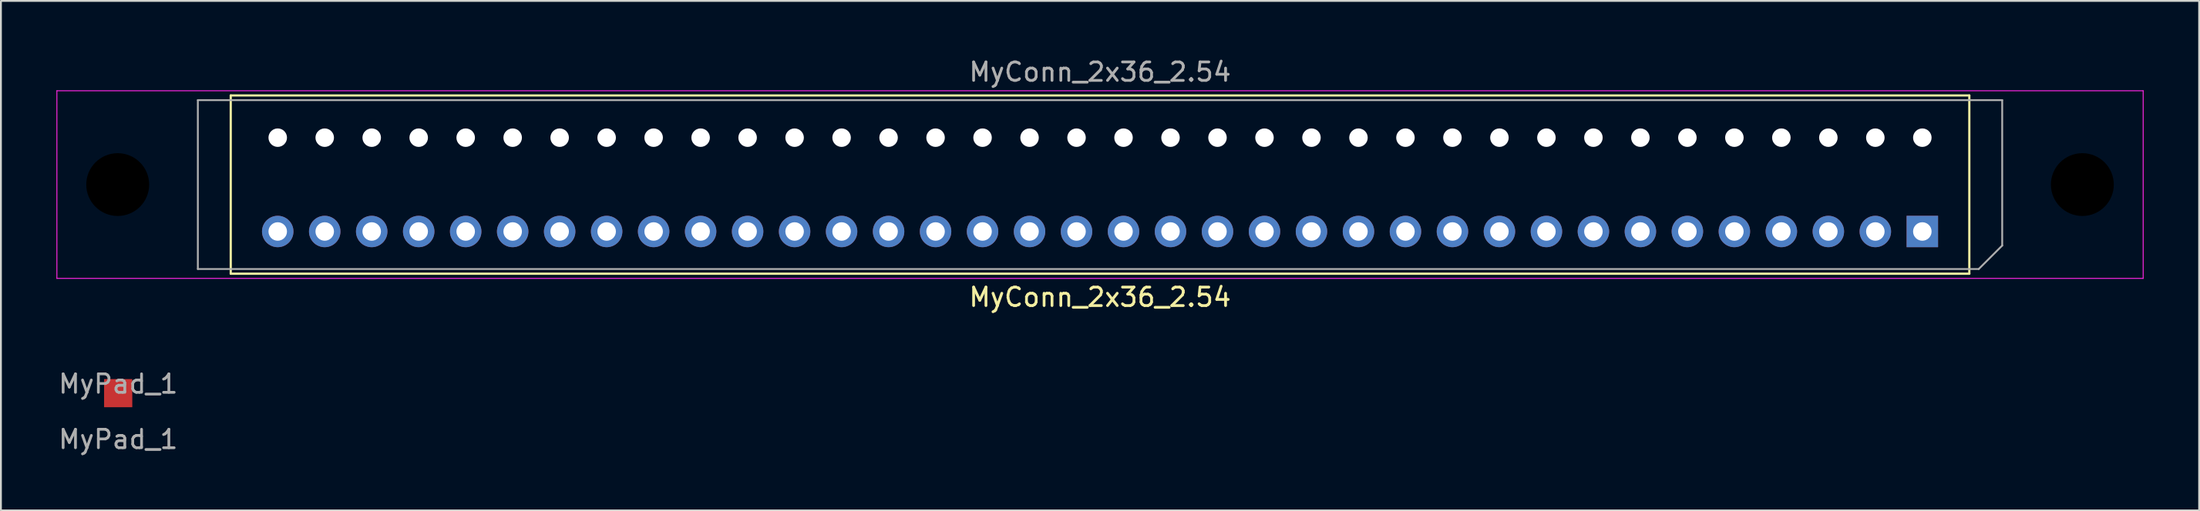
<source format=kicad_pcb>
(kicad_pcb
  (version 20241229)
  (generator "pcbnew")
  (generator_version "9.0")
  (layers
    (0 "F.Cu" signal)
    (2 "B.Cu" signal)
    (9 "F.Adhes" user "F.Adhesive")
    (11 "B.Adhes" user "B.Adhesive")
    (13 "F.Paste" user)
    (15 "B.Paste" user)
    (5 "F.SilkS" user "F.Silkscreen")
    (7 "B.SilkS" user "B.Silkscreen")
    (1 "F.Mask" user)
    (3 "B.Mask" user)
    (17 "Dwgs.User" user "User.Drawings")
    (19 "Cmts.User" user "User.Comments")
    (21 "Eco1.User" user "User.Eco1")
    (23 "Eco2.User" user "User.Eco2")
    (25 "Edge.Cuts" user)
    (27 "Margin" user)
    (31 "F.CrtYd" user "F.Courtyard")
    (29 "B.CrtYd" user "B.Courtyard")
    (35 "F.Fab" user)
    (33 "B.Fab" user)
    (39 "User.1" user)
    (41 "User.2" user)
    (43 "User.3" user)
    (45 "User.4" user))
  (footprint "MyPad_1"
    (layer "F.Cu")
    (at 3.339 18.237)
    (property "Reference" "MyPad_1" (at 0 -0.5 0) (unlocked yes) (layer "F.Fab") (effects (font (size 1 1) (thickness 0.15))))
    (attr smd)
    (fp_text user "${REFERENCE}" (at 0 2.5 0) (unlocked yes) (layer "F.Fab") (effects (font (size 1 1) (thickness 0.15))))
    (pad "1" smd rect (at 0 0) (size 1.524 1.524) (layers "F.Cu" "F.Mask" "F.Paste")))
  (footprint "MyConn_2x36_2.54"
    (layer "F.Cu")
    (at 56.413 6.944)
    (property "Reference" "MyConn_2x36_2.54" (at 0 6.096 0) (layer "F.SilkS") (effects (font (size 1 1) (thickness 0.15))))
    (attr through_hole)
    (fp_line (start -46.99 4.826) (end -46.99 -4.826) (stroke (width 0.12) (type solid)) (layer "F.SilkS"))
    (fp_line (start 46.99 -4.826) (end -46.99 -4.826) (stroke (width 0.12) (type solid)) (layer "F.SilkS"))
    (fp_line (start 46.99 4.826) (end -46.99 4.826) (stroke (width 0.12) (type solid)) (layer "F.SilkS"))
    (fp_line (start 46.99 4.826) (end 46.99 -4.826) (stroke (width 0.12) (type solid)) (layer "F.SilkS"))
    (fp_line (start -56.388 -5.08) (end 56.388 -5.08) (stroke (width 0.05) (type solid)) (layer "F.CrtYd"))
    (fp_line (start -56.388 5.08) (end -56.388 -5.08) (stroke (width 0.05) (type solid)) (layer "F.CrtYd"))
    (fp_line (start 56.388 -5.08) (end 56.388 5.08) (stroke (width 0.05) (type solid)) (layer "F.CrtYd"))
    (fp_line (start 56.388 5.08) (end -56.388 5.08) (stroke (width 0.05) (type solid)) (layer "F.CrtYd"))
    (fp_line (start -48.768 -4.572) (end -48.768 4.572) (stroke (width 0.1) (type solid)) (layer "F.Fab"))
    (fp_line (start -48.768 4.572) (end 47.498 4.572) (stroke (width 0.1) (type solid)) (layer "F.Fab"))
    (fp_line (start 47.498 4.572) (end 48.768 3.302) (stroke (width 0.1) (type solid)) (layer "F.Fab"))
    (fp_line (start 48.768 -4.572) (end -48.768 -4.572) (stroke (width 0.1) (type solid)) (layer "F.Fab"))
    (fp_line (start 48.768 3.302) (end 48.768 -4.572) (stroke (width 0.1) (type solid)) (layer "F.Fab"))
    (fp_text user "${REFERENCE}" (at 0 -6.096 0) (layer "F.Fab") (effects (font (size 1 1) (thickness 0.15))))
    (pad "" np_thru_hole circle (at -53.1 0) (size 3.4 3.4) (drill 3.4) (layers "*.Mask"))
    (pad "" np_thru_hole circle (at 53.1 0) (size 3.4 3.4) (drill 3.4) (layers "*.Mask"))
    (pad "1" thru_hole rect (at 44.45 2.54 270) (size 1.7 1.7) (drill 1) (layers "*.Cu" "*.Mask"))
    (pad "2" thru_hole oval (at 44.45 -2.54 270) (size 1.7 1.7) (drill 1) (layers "*.Cu" "B.Mask") (remove_unused_layers yes) (zone_layer_connections))
    (pad "3" thru_hole oval (at 41.91 2.54 270) (size 1.7 1.7) (drill 1) (layers "*.Cu" "*.Mask"))
    (pad "4" thru_hole oval (at 41.91 -2.54 270) (size 1.7 1.7) (drill 1) (layers "*.Cu" "B.Mask") (remove_unused_layers yes) (zone_layer_connections))
    (pad "5" thru_hole oval (at 39.37 2.54 270) (size 1.7 1.7) (drill 1) (layers "*.Cu" "*.Mask"))
    (pad "6" thru_hole oval (at 39.37 -2.54 270) (size 1.7 1.7) (drill 1) (layers "*.Cu" "B.Mask") (remove_unused_layers yes) (zone_layer_connections))
    (pad "7" thru_hole oval (at 36.83 2.54 270) (size 1.7 1.7) (drill 1) (layers "*.Cu" "*.Mask"))
    (pad "8" thru_hole oval (at 36.83 -2.54 270) (size 1.7 1.7) (drill 1) (layers "*.Cu" "B.Mask") (remove_unused_layers yes) (zone_layer_connections))
    (pad "9" thru_hole oval (at 34.29 2.54 270) (size 1.7 1.7) (drill 1) (layers "*.Cu" "*.Mask"))
    (pad "10" thru_hole oval (at 34.29 -2.54 270) (size 1.7 1.7) (drill 1) (layers "*.Cu" "B.Mask") (remove_unused_layers yes) (zone_layer_connections))
    (pad "11" thru_hole oval (at 31.75 2.54 270) (size 1.7 1.7) (drill 1) (layers "*.Cu" "*.Mask"))
    (pad "12" thru_hole oval (at 31.75 -2.54 270) (size 1.7 1.7) (drill 1) (layers "*.Cu" "B.Mask") (remove_unused_layers yes) (zone_layer_connections))
    (pad "13" thru_hole oval (at 29.21 2.54 270) (size 1.7 1.7) (drill 1) (layers "*.Cu" "*.Mask"))
    (pad "14" thru_hole oval (at 29.21 -2.54 270) (size 1.7 1.7) (drill 1) (layers "*.Cu" "B.Mask") (remove_unused_layers yes) (zone_layer_connections))
    (pad "15" thru_hole oval (at 26.67 2.54 270) (size 1.7 1.7) (drill 1) (layers "*.Cu" "*.Mask"))
    (pad "16" thru_hole oval (at 26.67 -2.54 270) (size 1.7 1.7) (drill 1) (layers "*.Cu" "B.Mask") (remove_unused_layers yes) (zone_layer_connections))
    (pad "17" thru_hole oval (at 24.13 2.54 270) (size 1.7 1.7) (drill 1) (layers "*.Cu" "*.Mask"))
    (pad "18" thru_hole oval (at 24.13 -2.54 270) (size 1.7 1.7) (drill 1) (layers "*.Cu" "B.Mask") (remove_unused_layers yes) (zone_layer_connections))
    (pad "19" thru_hole oval (at 21.59 2.54 270) (size 1.7 1.7) (drill 1) (layers "*.Cu" "*.Mask"))
    (pad "20" thru_hole oval (at 21.59 -2.54 270) (size 1.7 1.7) (drill 1) (layers "*.Cu" "B.Mask") (remove_unused_layers yes) (zone_layer_connections))
    (pad "21" thru_hole oval (at 19.05 2.54 270) (size 1.7 1.7) (drill 1) (layers "*.Cu" "*.Mask"))
    (pad "22" thru_hole oval (at 19.05 -2.54 270) (size 1.7 1.7) (drill 1) (layers "*.Cu" "B.Mask") (remove_unused_layers yes) (zone_layer_connections))
    (pad "23" thru_hole oval (at 16.51 2.54 270) (size 1.7 1.7) (drill 1) (layers "*.Cu" "*.Mask"))
    (pad "24" thru_hole oval (at 16.51 -2.54 270) (size 1.7 1.7) (drill 1) (layers "*.Cu" "B.Mask") (remove_unused_layers yes) (zone_layer_connections))
    (pad "25" thru_hole oval (at 13.97 2.54 270) (size 1.7 1.7) (drill 1) (layers "*.Cu" "*.Mask"))
    (pad "26" thru_hole oval (at 13.97 -2.54 270) (size 1.7 1.7) (drill 1) (layers "*.Cu" "B.Mask") (remove_unused_layers yes) (zone_layer_connections))
    (pad "27" thru_hole oval (at 11.43 2.54 270) (size 1.7 1.7) (drill 1) (layers "*.Cu" "*.Mask"))
    (pad "28" thru_hole oval (at 11.43 -2.54 270) (size 1.7 1.7) (drill 1) (layers "*.Cu" "B.Mask") (remove_unused_layers yes) (zone_layer_connections))
    (pad "29" thru_hole oval (at 8.89 2.54 270) (size 1.7 1.7) (drill 1) (layers "*.Cu" "*.Mask"))
    (pad "30" thru_hole oval (at 8.89 -2.54 270) (size 1.7 1.7) (drill 1) (layers "*.Cu" "B.Mask") (remove_unused_layers yes) (zone_layer_connections))
    (pad "31" thru_hole oval (at 6.35 2.54 270) (size 1.7 1.7) (drill 1) (layers "*.Cu" "*.Mask"))
    (pad "32" thru_hole oval (at 6.35 -2.54 270) (size 1.7 1.7) (drill 1) (layers "*.Cu" "B.Mask") (remove_unused_layers yes) (zone_layer_connections))
    (pad "33" thru_hole oval (at 3.81 2.54 270) (size 1.7 1.7) (drill 1) (layers "*.Cu" "*.Mask"))
    (pad "34" thru_hole oval (at 3.81 -2.54 270) (size 1.7 1.7) (drill 1) (layers "*.Cu" "B.Mask") (remove_unused_layers yes) (zone_layer_connections))
    (pad "35" thru_hole oval (at 1.27 2.54 270) (size 1.7 1.7) (drill 1) (layers "*.Cu" "*.Mask"))
    (pad "36" thru_hole oval (at 1.27 -2.54 270) (size 1.7 1.7) (drill 1) (layers "*.Cu" "B.Mask") (remove_unused_layers yes) (zone_layer_connections))
    (pad "37" thru_hole oval (at -1.27 2.54 270) (size 1.7 1.7) (drill 1) (layers "*.Cu" "*.Mask"))
    (pad "38" thru_hole oval (at -1.27 -2.54 270) (size 1.7 1.7) (drill 1) (layers "*.Cu" "B.Mask") (remove_unused_layers yes) (zone_layer_connections))
    (pad "39" thru_hole oval (at -3.81 2.54 270) (size 1.7 1.7) (drill 1) (layers "*.Cu" "*.Mask"))
    (pad "40" thru_hole oval (at -3.81 -2.54 270) (size 1.7 1.7) (drill 1) (layers "*.Cu" "B.Mask") (remove_unused_layers yes) (zone_layer_connections))
    (pad "41" thru_hole oval (at -6.35 2.54 270) (size 1.7 1.7) (drill 1) (layers "*.Cu" "*.Mask"))
    (pad "42" thru_hole oval (at -6.35 -2.54 270) (size 1.7 1.7) (drill 1) (layers "*.Cu" "B.Mask") (remove_unused_layers yes) (zone_layer_connections))
    (pad "43" thru_hole oval (at -8.89 2.54 270) (size 1.7 1.7) (drill 1) (layers "*.Cu" "*.Mask"))
    (pad "44" thru_hole oval (at -8.89 -2.54 270) (size 1.7 1.7) (drill 1) (layers "*.Cu" "B.Mask") (remove_unused_layers yes) (zone_layer_connections))
    (pad "45" thru_hole oval (at -11.43 2.54 270) (size 1.7 1.7) (drill 1) (layers "*.Cu" "*.Mask"))
    (pad "46" thru_hole oval (at -11.43 -2.54 270) (size 1.7 1.7) (drill 1) (layers "*.Cu" "B.Mask") (remove_unused_layers yes) (zone_layer_connections))
    (pad "47" thru_hole oval (at -13.97 2.54 270) (size 1.7 1.7) (drill 1) (layers "*.Cu" "*.Mask"))
    (pad "48" thru_hole oval (at -13.97 -2.54 270) (size 1.7 1.7) (drill 1) (layers "*.Cu" "B.Mask") (remove_unused_layers yes) (zone_layer_connections))
    (pad "49" thru_hole oval (at -16.51 2.54 270) (size 1.7 1.7) (drill 1) (layers "*.Cu" "*.Mask"))
    (pad "50" thru_hole oval (at -16.51 -2.54 270) (size 1.7 1.7) (drill 1) (layers "*.Cu" "B.Mask") (remove_unused_layers yes) (zone_layer_connections))
    (pad "51" thru_hole oval (at -19.05 2.54 270) (size 1.7 1.7) (drill 1) (layers "*.Cu" "*.Mask"))
    (pad "52" thru_hole oval (at -19.05 -2.54 270) (size 1.7 1.7) (drill 1) (layers "*.Cu" "B.Mask") (remove_unused_layers yes) (zone_layer_connections))
    (pad "53" thru_hole oval (at -21.59 2.54 270) (size 1.7 1.7) (drill 1) (layers "*.Cu" "*.Mask"))
    (pad "54" thru_hole oval (at -21.59 -2.54 270) (size 1.7 1.7) (drill 1) (layers "*.Cu" "B.Mask") (remove_unused_layers yes) (zone_layer_connections))
    (pad "55" thru_hole oval (at -24.13 2.54 270) (size 1.7 1.7) (drill 1) (layers "*.Cu" "*.Mask"))
    (pad "56" thru_hole oval (at -24.13 -2.54 270) (size 1.7 1.7) (drill 1) (layers "*.Cu" "B.Mask") (remove_unused_layers yes) (zone_layer_connections))
    (pad "57" thru_hole oval (at -26.67 2.54 270) (size 1.7 1.7) (drill 1) (layers "*.Cu" "*.Mask"))
    (pad "58" thru_hole oval (at -26.67 -2.54 270) (size 1.7 1.7) (drill 1) (layers "*.Cu" "B.Mask") (remove_unused_layers yes) (zone_layer_connections))
    (pad "59" thru_hole oval (at -29.21 2.54 270) (size 1.7 1.7) (drill 1) (layers "*.Cu" "*.Mask"))
    (pad "60" thru_hole oval (at -29.21 -2.54 270) (size 1.7 1.7) (drill 1) (layers "*.Cu" "B.Mask") (remove_unused_layers yes) (zone_layer_connections))
    (pad "61" thru_hole oval (at -31.75 2.54 270) (size 1.7 1.7) (drill 1) (layers "*.Cu" "*.Mask"))
    (pad "62" thru_hole oval (at -31.75 -2.54 270) (size 1.7 1.7) (drill 1) (layers "*.Cu" "B.Mask") (remove_unused_layers yes) (zone_layer_connections))
    (pad "63" thru_hole oval (at -34.29 2.54 270) (size 1.7 1.7) (drill 1) (layers "*.Cu" "*.Mask"))
    (pad "64" thru_hole oval (at -34.29 -2.54 270) (size 1.7 1.7) (drill 1) (layers "*.Cu" "B.Mask") (remove_unused_layers yes) (zone_layer_connections))
    (pad "65" thru_hole oval (at -36.83 2.54 270) (size 1.7 1.7) (drill 1) (layers "*.Cu" "*.Mask"))
    (pad "66" thru_hole oval (at -36.83 -2.54 270) (size 1.7 1.7) (drill 1) (layers "*.Cu" "B.Mask") (remove_unused_layers yes) (zone_layer_connections))
    (pad "67" thru_hole oval (at -39.37 2.54 270) (size 1.7 1.7) (drill 1) (layers "*.Cu" "*.Mask"))
    (pad "68" thru_hole oval (at -39.37 -2.54 270) (size 1.7 1.7) (drill 1) (layers "*.Cu" "B.Mask") (remove_unused_layers yes) (zone_layer_connections))
    (pad "69" thru_hole oval (at -41.91 2.54 270) (size 1.7 1.7) (drill 1) (layers "*.Cu" "*.Mask"))
    (pad "70" thru_hole oval (at -41.91 -2.54 270) (size 1.7 1.7) (drill 1) (layers "*.Cu" "B.Mask") (remove_unused_layers yes) (zone_layer_connections))
    (pad "71" thru_hole oval (at -44.45 2.54 270) (size 1.7 1.7) (drill 1) (layers "*.Cu" "*.Mask"))
    (pad "72" thru_hole oval (at -44.45 -2.54 270) (size 1.7 1.7) (drill 1) (layers "*.Cu" "B.Mask") (remove_unused_layers yes) (zone_layer_connections)))
  (gr_rect
    (start -3 -3)
    (end 115.826 24.585)
    (stroke (width 0.1) (type default))
    (fill no)
    (layer "Edge.Cuts")))
</source>
